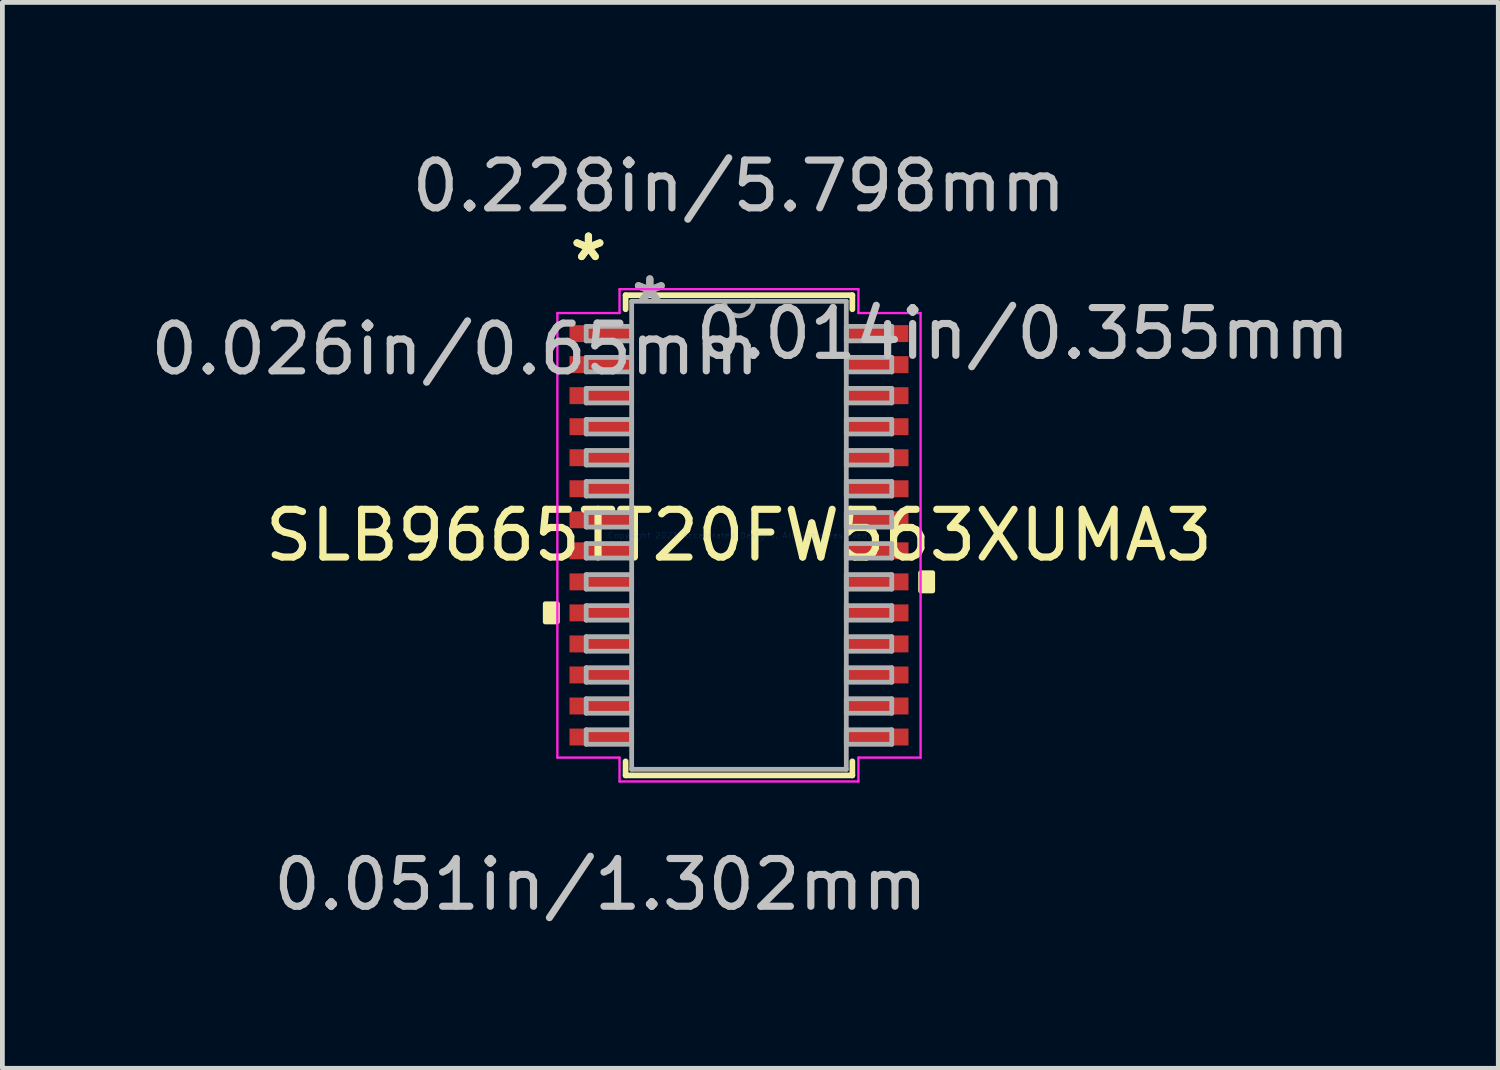
<source format=kicad_pcb>
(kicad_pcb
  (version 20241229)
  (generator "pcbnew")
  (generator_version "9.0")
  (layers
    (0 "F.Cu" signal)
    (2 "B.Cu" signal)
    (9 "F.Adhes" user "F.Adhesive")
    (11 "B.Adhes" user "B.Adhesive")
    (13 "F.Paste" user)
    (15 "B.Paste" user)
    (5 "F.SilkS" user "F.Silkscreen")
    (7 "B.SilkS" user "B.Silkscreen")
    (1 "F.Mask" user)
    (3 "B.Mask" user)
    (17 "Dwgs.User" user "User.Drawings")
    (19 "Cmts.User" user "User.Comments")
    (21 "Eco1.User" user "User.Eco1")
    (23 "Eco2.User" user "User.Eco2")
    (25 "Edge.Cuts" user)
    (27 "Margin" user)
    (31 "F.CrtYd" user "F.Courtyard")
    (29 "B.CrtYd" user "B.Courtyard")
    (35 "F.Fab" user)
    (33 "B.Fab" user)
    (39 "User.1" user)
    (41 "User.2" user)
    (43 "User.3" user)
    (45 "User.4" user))
  (footprint "SLB9665TT20FW563XUMA3"
    (layer "F.Cu")
    (at 12.429 8.163)
    (property "Reference" "SLB9665TT20FW563XUMA3" (at 0 0 0) (layer "F.SilkS") (effects (font (size 1 1) (thickness 0.15))))
    (attr through_hole)
    (fp_line (start -2.375 -5.029) (end -2.375 -4.735) (stroke (width 0.12) (type solid)) (layer "F.SilkS"))
    (fp_line (start -2.375 4.735) (end -2.375 5.029) (stroke (width 0.12) (type solid)) (layer "F.SilkS"))
    (fp_line (start -2.375 5.029) (end 2.375 5.029) (stroke (width 0.12) (type solid)) (layer "F.SilkS"))
    (fp_line (start 2.375 -5.029) (end -2.375 -5.029) (stroke (width 0.12) (type solid)) (layer "F.SilkS"))
    (fp_line (start 2.375 -4.735) (end 2.375 -5.029) (stroke (width 0.12) (type solid)) (layer "F.SilkS"))
    (fp_line (start 2.375 5.029) (end 2.375 4.735) (stroke (width 0.12) (type solid)) (layer "F.SilkS"))
    (fp_poly (pts (xy -4.058 1.434) (xy -4.058 1.815) (xy -3.804 1.815) (xy -3.804 1.434)) (stroke (width 0.1) (type solid)) (fill yes) (layer "F.SilkS"))
    (fp_poly (pts (xy 4.058 0.784) (xy 4.058 1.165) (xy 3.804 1.165) (xy 3.804 0.784)) (stroke (width 0.1) (type solid)) (fill yes) (layer "F.SilkS"))
    (fp_line (start -3.804 -4.656) (end -2.502 -4.656) (stroke (width 0.05) (type solid)) (layer "F.CrtYd"))
    (fp_line (start -3.804 4.656) (end -3.804 -4.656) (stroke (width 0.05) (type solid)) (layer "F.CrtYd"))
    (fp_line (start -2.502 -5.156) (end 2.502 -5.156) (stroke (width 0.05) (type solid)) (layer "F.CrtYd"))
    (fp_line (start -2.502 -4.656) (end -2.502 -5.156) (stroke (width 0.05) (type solid)) (layer "F.CrtYd"))
    (fp_line (start -2.502 4.656) (end -3.804 4.656) (stroke (width 0.05) (type solid)) (layer "F.CrtYd"))
    (fp_line (start -2.502 5.156) (end -2.502 4.656) (stroke (width 0.05) (type solid)) (layer "F.CrtYd"))
    (fp_line (start 2.502 -5.156) (end 2.502 -4.656) (stroke (width 0.05) (type solid)) (layer "F.CrtYd"))
    (fp_line (start 2.502 -4.656) (end 3.804 -4.656) (stroke (width 0.05) (type solid)) (layer "F.CrtYd"))
    (fp_line (start 2.502 4.656) (end 2.502 5.156) (stroke (width 0.05) (type solid)) (layer "F.CrtYd"))
    (fp_line (start 2.502 5.156) (end -2.502 5.156) (stroke (width 0.05) (type solid)) (layer "F.CrtYd"))
    (fp_line (start 3.804 -4.656) (end 3.804 4.656) (stroke (width 0.05) (type solid)) (layer "F.CrtYd"))
    (fp_line (start 3.804 4.656) (end 2.502 4.656) (stroke (width 0.05) (type solid)) (layer "F.CrtYd"))
    (fp_line (start -3.2 -4.377) (end -3.2 -4.073) (stroke (width 0.1) (type solid)) (layer "F.Fab"))
    (fp_line (start -3.2 -4.073) (end -2.248 -4.073) (stroke (width 0.1) (type solid)) (layer "F.Fab"))
    (fp_line (start -3.2 -3.727) (end -3.2 -3.423) (stroke (width 0.1) (type solid)) (layer "F.Fab"))
    (fp_line (start -3.2 -3.423) (end -2.248 -3.423) (stroke (width 0.1) (type solid)) (layer "F.Fab"))
    (fp_line (start -3.2 -3.077) (end -3.2 -2.773) (stroke (width 0.1) (type solid)) (layer "F.Fab"))
    (fp_line (start -3.2 -2.773) (end -2.248 -2.773) (stroke (width 0.1) (type solid)) (layer "F.Fab"))
    (fp_line (start -3.2 -2.427) (end -3.2 -2.123) (stroke (width 0.1) (type solid)) (layer "F.Fab"))
    (fp_line (start -3.2 -2.123) (end -2.248 -2.123) (stroke (width 0.1) (type solid)) (layer "F.Fab"))
    (fp_line (start -3.2 -1.777) (end -3.2 -1.473) (stroke (width 0.1) (type solid)) (layer "F.Fab"))
    (fp_line (start -3.2 -1.473) (end -2.248 -1.473) (stroke (width 0.1) (type solid)) (layer "F.Fab"))
    (fp_line (start -3.2 -1.127) (end -3.2 -0.823) (stroke (width 0.1) (type solid)) (layer "F.Fab"))
    (fp_line (start -3.2 -0.823) (end -2.248 -0.823) (stroke (width 0.1) (type solid)) (layer "F.Fab"))
    (fp_line (start -3.2 -0.477) (end -3.2 -0.173) (stroke (width 0.1) (type solid)) (layer "F.Fab"))
    (fp_line (start -3.2 -0.173) (end -2.248 -0.173) (stroke (width 0.1) (type solid)) (layer "F.Fab"))
    (fp_line (start -3.2 0.173) (end -3.2 0.477) (stroke (width 0.1) (type solid)) (layer "F.Fab"))
    (fp_line (start -3.2 0.477) (end -2.248 0.477) (stroke (width 0.1) (type solid)) (layer "F.Fab"))
    (fp_line (start -3.2 0.823) (end -3.2 1.127) (stroke (width 0.1) (type solid)) (layer "F.Fab"))
    (fp_line (start -3.2 1.127) (end -2.248 1.127) (stroke (width 0.1) (type solid)) (layer "F.Fab"))
    (fp_line (start -3.2 1.473) (end -3.2 1.777) (stroke (width 0.1) (type solid)) (layer "F.Fab"))
    (fp_line (start -3.2 1.777) (end -2.248 1.777) (stroke (width 0.1) (type solid)) (layer "F.Fab"))
    (fp_line (start -3.2 2.123) (end -3.2 2.427) (stroke (width 0.1) (type solid)) (layer "F.Fab"))
    (fp_line (start -3.2 2.427) (end -2.248 2.427) (stroke (width 0.1) (type solid)) (layer "F.Fab"))
    (fp_line (start -3.2 2.773) (end -3.2 3.077) (stroke (width 0.1) (type solid)) (layer "F.Fab"))
    (fp_line (start -3.2 3.077) (end -2.248 3.077) (stroke (width 0.1) (type solid)) (layer "F.Fab"))
    (fp_line (start -3.2 3.423) (end -3.2 3.727) (stroke (width 0.1) (type solid)) (layer "F.Fab"))
    (fp_line (start -3.2 3.727) (end -2.248 3.727) (stroke (width 0.1) (type solid)) (layer "F.Fab"))
    (fp_line (start -3.2 4.073) (end -3.2 4.377) (stroke (width 0.1) (type solid)) (layer "F.Fab"))
    (fp_line (start -3.2 4.377) (end -2.248 4.377) (stroke (width 0.1) (type solid)) (layer "F.Fab"))
    (fp_line (start -2.248 -4.902) (end -2.248 4.902) (stroke (width 0.1) (type solid)) (layer "F.Fab"))
    (fp_line (start -2.248 -4.377) (end -3.2 -4.377) (stroke (width 0.1) (type solid)) (layer "F.Fab"))
    (fp_line (start -2.248 -4.073) (end -2.248 -4.377) (stroke (width 0.1) (type solid)) (layer "F.Fab"))
    (fp_line (start -2.248 -3.727) (end -3.2 -3.727) (stroke (width 0.1) (type solid)) (layer "F.Fab"))
    (fp_line (start -2.248 -3.423) (end -2.248 -3.727) (stroke (width 0.1) (type solid)) (layer "F.Fab"))
    (fp_line (start -2.248 -3.077) (end -3.2 -3.077) (stroke (width 0.1) (type solid)) (layer "F.Fab"))
    (fp_line (start -2.248 -2.773) (end -2.248 -3.077) (stroke (width 0.1) (type solid)) (layer "F.Fab"))
    (fp_line (start -2.248 -2.427) (end -3.2 -2.427) (stroke (width 0.1) (type solid)) (layer "F.Fab"))
    (fp_line (start -2.248 -2.123) (end -2.248 -2.427) (stroke (width 0.1) (type solid)) (layer "F.Fab"))
    (fp_line (start -2.248 -1.777) (end -3.2 -1.777) (stroke (width 0.1) (type solid)) (layer "F.Fab"))
    (fp_line (start -2.248 -1.473) (end -2.248 -1.777) (stroke (width 0.1) (type solid)) (layer "F.Fab"))
    (fp_line (start -2.248 -1.127) (end -3.2 -1.127) (stroke (width 0.1) (type solid)) (layer "F.Fab"))
    (fp_line (start -2.248 -0.823) (end -2.248 -1.127) (stroke (width 0.1) (type solid)) (layer "F.Fab"))
    (fp_line (start -2.248 -0.477) (end -3.2 -0.477) (stroke (width 0.1) (type solid)) (layer "F.Fab"))
    (fp_line (start -2.248 -0.173) (end -2.248 -0.477) (stroke (width 0.1) (type solid)) (layer "F.Fab"))
    (fp_line (start -2.248 0.173) (end -3.2 0.173) (stroke (width 0.1) (type solid)) (layer "F.Fab"))
    (fp_line (start -2.248 0.477) (end -2.248 0.173) (stroke (width 0.1) (type solid)) (layer "F.Fab"))
    (fp_line (start -2.248 0.823) (end -3.2 0.823) (stroke (width 0.1) (type solid)) (layer "F.Fab"))
    (fp_line (start -2.248 1.127) (end -2.248 0.823) (stroke (width 0.1) (type solid)) (layer "F.Fab"))
    (fp_line (start -2.248 1.473) (end -3.2 1.473) (stroke (width 0.1) (type solid)) (layer "F.Fab"))
    (fp_line (start -2.248 1.777) (end -2.248 1.473) (stroke (width 0.1) (type solid)) (layer "F.Fab"))
    (fp_line (start -2.248 2.123) (end -3.2 2.123) (stroke (width 0.1) (type solid)) (layer "F.Fab"))
    (fp_line (start -2.248 2.427) (end -2.248 2.123) (stroke (width 0.1) (type solid)) (layer "F.Fab"))
    (fp_line (start -2.248 2.773) (end -3.2 2.773) (stroke (width 0.1) (type solid)) (layer "F.Fab"))
    (fp_line (start -2.248 3.077) (end -2.248 2.773) (stroke (width 0.1) (type solid)) (layer "F.Fab"))
    (fp_line (start -2.248 3.423) (end -3.2 3.423) (stroke (width 0.1) (type solid)) (layer "F.Fab"))
    (fp_line (start -2.248 3.727) (end -2.248 3.423) (stroke (width 0.1) (type solid)) (layer "F.Fab"))
    (fp_line (start -2.248 4.073) (end -3.2 4.073) (stroke (width 0.1) (type solid)) (layer "F.Fab"))
    (fp_line (start -2.248 4.377) (end -2.248 4.073) (stroke (width 0.1) (type solid)) (layer "F.Fab"))
    (fp_line (start -2.248 4.902) (end 2.248 4.902) (stroke (width 0.1) (type solid)) (layer "F.Fab"))
    (fp_line (start 2.248 -4.902) (end -2.248 -4.902) (stroke (width 0.1) (type solid)) (layer "F.Fab"))
    (fp_line (start 2.248 -4.377) (end 2.248 -4.073) (stroke (width 0.1) (type solid)) (layer "F.Fab"))
    (fp_line (start 2.248 -4.073) (end 3.2 -4.073) (stroke (width 0.1) (type solid)) (layer "F.Fab"))
    (fp_line (start 2.248 -3.727) (end 2.248 -3.423) (stroke (width 0.1) (type solid)) (layer "F.Fab"))
    (fp_line (start 2.248 -3.423) (end 3.2 -3.423) (stroke (width 0.1) (type solid)) (layer "F.Fab"))
    (fp_line (start 2.248 -3.077) (end 2.248 -2.773) (stroke (width 0.1) (type solid)) (layer "F.Fab"))
    (fp_line (start 2.248 -2.773) (end 3.2 -2.773) (stroke (width 0.1) (type solid)) (layer "F.Fab"))
    (fp_line (start 2.248 -2.427) (end 2.248 -2.123) (stroke (width 0.1) (type solid)) (layer "F.Fab"))
    (fp_line (start 2.248 -2.123) (end 3.2 -2.123) (stroke (width 0.1) (type solid)) (layer "F.Fab"))
    (fp_line (start 2.248 -1.777) (end 2.248 -1.473) (stroke (width 0.1) (type solid)) (layer "F.Fab"))
    (fp_line (start 2.248 -1.473) (end 3.2 -1.473) (stroke (width 0.1) (type solid)) (layer "F.Fab"))
    (fp_line (start 2.248 -1.127) (end 2.248 -0.823) (stroke (width 0.1) (type solid)) (layer "F.Fab"))
    (fp_line (start 2.248 -0.823) (end 3.2 -0.823) (stroke (width 0.1) (type solid)) (layer "F.Fab"))
    (fp_line (start 2.248 -0.477) (end 2.248 -0.173) (stroke (width 0.1) (type solid)) (layer "F.Fab"))
    (fp_line (start 2.248 -0.173) (end 3.2 -0.173) (stroke (width 0.1) (type solid)) (layer "F.Fab"))
    (fp_line (start 2.248 0.173) (end 2.248 0.477) (stroke (width 0.1) (type solid)) (layer "F.Fab"))
    (fp_line (start 2.248 0.477) (end 3.2 0.477) (stroke (width 0.1) (type solid)) (layer "F.Fab"))
    (fp_line (start 2.248 0.823) (end 2.248 1.127) (stroke (width 0.1) (type solid)) (layer "F.Fab"))
    (fp_line (start 2.248 1.127) (end 3.2 1.127) (stroke (width 0.1) (type solid)) (layer "F.Fab"))
    (fp_line (start 2.248 1.473) (end 2.248 1.777) (stroke (width 0.1) (type solid)) (layer "F.Fab"))
    (fp_line (start 2.248 1.777) (end 3.2 1.777) (stroke (width 0.1) (type solid)) (layer "F.Fab"))
    (fp_line (start 2.248 2.123) (end 2.248 2.427) (stroke (width 0.1) (type solid)) (layer "F.Fab"))
    (fp_line (start 2.248 2.427) (end 3.2 2.427) (stroke (width 0.1) (type solid)) (layer "F.Fab"))
    (fp_line (start 2.248 2.773) (end 2.248 3.077) (stroke (width 0.1) (type solid)) (layer "F.Fab"))
    (fp_line (start 2.248 3.077) (end 3.2 3.077) (stroke (width 0.1) (type solid)) (layer "F.Fab"))
    (fp_line (start 2.248 3.423) (end 2.248 3.727) (stroke (width 0.1) (type solid)) (layer "F.Fab"))
    (fp_line (start 2.248 3.727) (end 3.2 3.727) (stroke (width 0.1) (type solid)) (layer "F.Fab"))
    (fp_line (start 2.248 4.073) (end 2.248 4.377) (stroke (width 0.1) (type solid)) (layer "F.Fab"))
    (fp_line (start 2.248 4.377) (end 3.2 4.377) (stroke (width 0.1) (type solid)) (layer "F.Fab"))
    (fp_line (start 2.248 4.902) (end 2.248 -4.902) (stroke (width 0.1) (type solid)) (layer "F.Fab"))
    (fp_line (start 3.2 -4.377) (end 2.248 -4.377) (stroke (width 0.1) (type solid)) (layer "F.Fab"))
    (fp_line (start 3.2 -4.073) (end 3.2 -4.377) (stroke (width 0.1) (type solid)) (layer "F.Fab"))
    (fp_line (start 3.2 -3.727) (end 2.248 -3.727) (stroke (width 0.1) (type solid)) (layer "F.Fab"))
    (fp_line (start 3.2 -3.423) (end 3.2 -3.727) (stroke (width 0.1) (type solid)) (layer "F.Fab"))
    (fp_line (start 3.2 -3.077) (end 2.248 -3.077) (stroke (width 0.1) (type solid)) (layer "F.Fab"))
    (fp_line (start 3.2 -2.773) (end 3.2 -3.077) (stroke (width 0.1) (type solid)) (layer "F.Fab"))
    (fp_line (start 3.2 -2.427) (end 2.248 -2.427) (stroke (width 0.1) (type solid)) (layer "F.Fab"))
    (fp_line (start 3.2 -2.123) (end 3.2 -2.427) (stroke (width 0.1) (type solid)) (layer "F.Fab"))
    (fp_line (start 3.2 -1.777) (end 2.248 -1.777) (stroke (width 0.1) (type solid)) (layer "F.Fab"))
    (fp_line (start 3.2 -1.473) (end 3.2 -1.777) (stroke (width 0.1) (type solid)) (layer "F.Fab"))
    (fp_line (start 3.2 -1.127) (end 2.248 -1.127) (stroke (width 0.1) (type solid)) (layer "F.Fab"))
    (fp_line (start 3.2 -0.823) (end 3.2 -1.127) (stroke (width 0.1) (type solid)) (layer "F.Fab"))
    (fp_line (start 3.2 -0.477) (end 2.248 -0.477) (stroke (width 0.1) (type solid)) (layer "F.Fab"))
    (fp_line (start 3.2 -0.173) (end 3.2 -0.477) (stroke (width 0.1) (type solid)) (layer "F.Fab"))
    (fp_line (start 3.2 0.173) (end 2.248 0.173) (stroke (width 0.1) (type solid)) (layer "F.Fab"))
    (fp_line (start 3.2 0.477) (end 3.2 0.173) (stroke (width 0.1) (type solid)) (layer "F.Fab"))
    (fp_line (start 3.2 0.823) (end 2.248 0.823) (stroke (width 0.1) (type solid)) (layer "F.Fab"))
    (fp_line (start 3.2 1.127) (end 3.2 0.823) (stroke (width 0.1) (type solid)) (layer "F.Fab"))
    (fp_line (start 3.2 1.473) (end 2.248 1.473) (stroke (width 0.1) (type solid)) (layer "F.Fab"))
    (fp_line (start 3.2 1.777) (end 3.2 1.473) (stroke (width 0.1) (type solid)) (layer "F.Fab"))
    (fp_line (start 3.2 2.123) (end 2.248 2.123) (stroke (width 0.1) (type solid)) (layer "F.Fab"))
    (fp_line (start 3.2 2.427) (end 3.2 2.123) (stroke (width 0.1) (type solid)) (layer "F.Fab"))
    (fp_line (start 3.2 2.773) (end 2.248 2.773) (stroke (width 0.1) (type solid)) (layer "F.Fab"))
    (fp_line (start 3.2 3.077) (end 3.2 2.773) (stroke (width 0.1) (type solid)) (layer "F.Fab"))
    (fp_line (start 3.2 3.423) (end 2.248 3.423) (stroke (width 0.1) (type solid)) (layer "F.Fab"))
    (fp_line (start 3.2 3.727) (end 3.2 3.423) (stroke (width 0.1) (type solid)) (layer "F.Fab"))
    (fp_line (start 3.2 4.073) (end 2.248 4.073) (stroke (width 0.1) (type solid)) (layer "F.Fab"))
    (fp_line (start 3.2 4.377) (end 3.2 4.073) (stroke (width 0.1) (type solid)) (layer "F.Fab"))
    (fp_arc (start 0.3048 -4.9022) (mid 0 -4.5974) (end -0.3048 -4.9022) (stroke (width 0.1) (type solid)) (layer "F.Fab"))
    (fp_text user "*" (at -3.153 -5.723 0) (layer "F.SilkS") (effects (font (size 1 1) (thickness 0.15))))
    (fp_text user "*" (at -3.153 -5.723 0) (layer "F.SilkS") (effects (font (size 1 1) (thickness 0.15))))
    (fp_text user "0.228in/5.798mm" (at 0 -7.315 0) (layer "Dwgs.User") (effects (font (size 1 1) (thickness 0.15))))
    (fp_text user "0.026in/0.65mm" (at -5.947 -3.9 0) (layer "Dwgs.User") (effects (font (size 1 1) (thickness 0.15))))
    (fp_text user "0.014in/0.355mm" (at 5.947 -4.225 0) (layer "Dwgs.User") (effects (font (size 1 1) (thickness 0.15))))
    (fp_text user "0.051in/1.302mm" (at -2.899 7.315 0) (layer "Dwgs.User") (effects (font (size 1 1) (thickness 0.15))))
    (fp_text user "Copyright 2021 Accelerated Designs. All rights reserved." (at 0 0 0) (layer "Cmts.User") (effects (font (size 0.127 0.127) (thickness 0.002))))
    (fp_text user "*" (at -1.867 -4.826 0) (layer "F.Fab") (effects (font (size 1 1) (thickness 0.15))))
    (fp_text user "*" (at -1.867 -4.826 0) (layer "F.Fab") (effects (font (size 1 1) (thickness 0.15))))
    (pad "1" smd rect (at -2.899 -4.225) (size 1.302 0.355) (layers "F.Cu" "F.Mask" "F.Paste"))
    (pad "2" smd rect (at -2.899 -3.575) (size 1.302 0.355) (layers "F.Cu" "F.Mask" "F.Paste"))
    (pad "3" smd rect (at -2.899 -2.925) (size 1.302 0.355) (layers "F.Cu" "F.Mask" "F.Paste"))
    (pad "4" smd rect (at -2.899 -2.275) (size 1.302 0.355) (layers "F.Cu" "F.Mask" "F.Paste"))
    (pad "5" smd rect (at -2.899 -1.625) (size 1.302 0.355) (layers "F.Cu" "F.Mask" "F.Paste"))
    (pad "6" smd rect (at -2.899 -0.975) (size 1.302 0.355) (layers "F.Cu" "F.Mask" "F.Paste"))
    (pad "7" smd rect (at -2.899 -0.325) (size 1.302 0.355) (layers "F.Cu" "F.Mask" "F.Paste"))
    (pad "8" smd rect (at -2.899 0.325) (size 1.302 0.355) (layers "F.Cu" "F.Mask" "F.Paste"))
    (pad "9" smd rect (at -2.899 0.975) (size 1.302 0.355) (layers "F.Cu" "F.Mask" "F.Paste"))
    (pad "10" smd rect (at -2.899 1.625) (size 1.302 0.355) (layers "F.Cu" "F.Mask" "F.Paste"))
    (pad "11" smd rect (at -2.899 2.275) (size 1.302 0.355) (layers "F.Cu" "F.Mask" "F.Paste"))
    (pad "12" smd rect (at -2.899 2.925) (size 1.302 0.355) (layers "F.Cu" "F.Mask" "F.Paste"))
    (pad "13" smd rect (at -2.899 3.575) (size 1.302 0.355) (layers "F.Cu" "F.Mask" "F.Paste"))
    (pad "14" smd rect (at -2.899 4.225) (size 1.302 0.355) (layers "F.Cu" "F.Mask" "F.Paste"))
    (pad "15" smd rect (at 2.899 4.225) (size 1.302 0.355) (layers "F.Cu" "F.Mask" "F.Paste"))
    (pad "16" smd rect (at 2.899 3.575) (size 1.302 0.355) (layers "F.Cu" "F.Mask" "F.Paste"))
    (pad "17" smd rect (at 2.899 2.925) (size 1.302 0.355) (layers "F.Cu" "F.Mask" "F.Paste"))
    (pad "18" smd rect (at 2.899 2.275) (size 1.302 0.355) (layers "F.Cu" "F.Mask" "F.Paste"))
    (pad "19" smd rect (at 2.899 1.625) (size 1.302 0.355) (layers "F.Cu" "F.Mask" "F.Paste"))
    (pad "20" smd rect (at 2.899 0.975) (size 1.302 0.355) (layers "F.Cu" "F.Mask" "F.Paste"))
    (pad "21" smd rect (at 2.899 0.325) (size 1.302 0.355) (layers "F.Cu" "F.Mask" "F.Paste"))
    (pad "22" smd rect (at 2.899 -0.325) (size 1.302 0.355) (layers "F.Cu" "F.Mask" "F.Paste"))
    (pad "23" smd rect (at 2.899 -0.975) (size 1.302 0.355) (layers "F.Cu" "F.Mask" "F.Paste"))
    (pad "24" smd rect (at 2.899 -1.625) (size 1.302 0.355) (layers "F.Cu" "F.Mask" "F.Paste"))
    (pad "25" smd rect (at 2.899 -2.275) (size 1.302 0.355) (layers "F.Cu" "F.Mask" "F.Paste"))
    (pad "26" smd rect (at 2.899 -2.925) (size 1.302 0.355) (layers "F.Cu" "F.Mask" "F.Paste"))
    (pad "27" smd rect (at 2.899 -3.575) (size 1.302 0.355) (layers "F.Cu" "F.Mask" "F.Paste"))
    (pad "28" smd rect (at 2.899 -4.225) (size 1.302 0.355) (layers "F.Cu" "F.Mask" "F.Paste")))
  (gr_rect
    (start -3 -3)
    (end 28.334 19.327)
    (stroke (width 0.1) (type default))
    (fill no)
    (layer "Edge.Cuts")))
</source>
